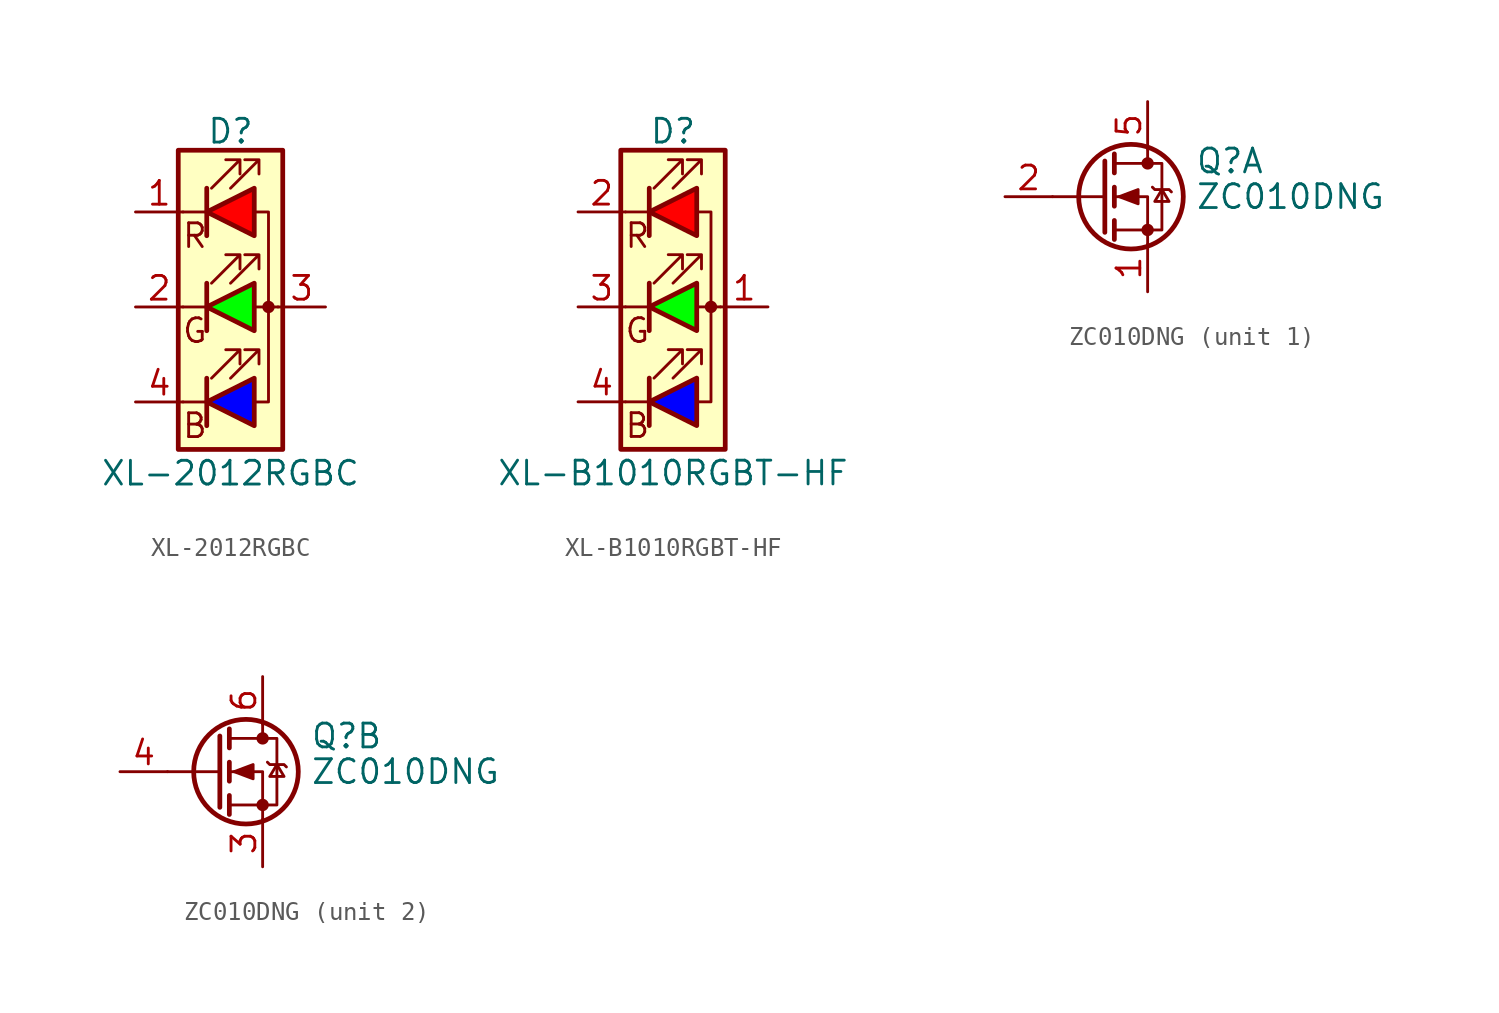
<source format=kicad_sym>
(kicad_symbol_lib
  (version 20231120)
  (generator "kicad_symbol_editor")
  (generator_version "8.0")
  (symbol "XL-2012RGBC"
    (pin_names
      (offset 0) hide)
    (property "Reference" "D"
      (at 0 9.398 0)
      (effects (font (size 1.27 1.27))))
    (property "Value" "XL-2012RGBC"
      (at 0 -8.89 0)
      (effects (font (size 1.27 1.27))))
    (symbol "XL-2012RGBC_0_0"
      (text "B" (at -1.905 -6.35 0) (effects (font (size 1.27 1.27))))
      (text "G" (at -1.905 -1.27 0) (effects (font (size 1.27 1.27))))
      (text "R" (at -1.905 3.81 0) (effects (font (size 1.27 1.27)))))
    (symbol "XL-2012RGBC_0_1"
      (rectangle (start -2.794 8.382) (end 2.794 -7.62) (stroke (width 0.254) (type default)) (fill (type background)))
      (polyline (pts (xy -1.27 -5.08) (xy -2.54 -5.08)) (stroke (width 0) (type default)) (fill (type none)))
      (polyline (pts (xy -1.27 -3.81) (xy -1.27 -6.35)) (stroke (width 0.254) (type default)) (fill (type none)))
      (polyline (pts (xy -1.27 0) (xy -2.54 0)) (stroke (width 0) (type default)) (fill (type none)))
      (polyline (pts (xy -1.27 1.27) (xy -1.27 -1.27)) (stroke (width 0.254) (type default)) (fill (type none)))
      (polyline (pts (xy -1.27 5.08) (xy -2.54 5.08)) (stroke (width 0) (type default)) (fill (type none)))
      (polyline (pts (xy -1.27 6.35) (xy -1.27 3.81)) (stroke (width 0.254) (type default)) (fill (type none)))
      (polyline (pts (xy 1.27 0) (xy 2.54 0)) (stroke (width 0) (type default)) (fill (type none)))
      (polyline (pts (xy -1.27 1.27) (xy -1.27 -1.27) (xy -1.27 -1.27)) (stroke (width 0) (type default)) (fill (type none)))
      (polyline (pts (xy -1.27 6.35) (xy -1.27 3.81) (xy -1.27 3.81)) (stroke (width 0) (type default)) (fill (type none)))
      (polyline (pts (xy 1.27 -5.08) (xy 2.032 -5.08) (xy 2.032 5.08) (xy 1.27 5.08)) (stroke (width 0) (type default)) (fill (type none)))
      (polyline (pts (xy -1.016 -3.81) (xy 0.508 -2.286) (xy -0.254 -2.286) (xy 0.508 -2.286) (xy 0.508 -3.048)) (stroke (width 0) (type default)) (fill (type none)))
      (polyline (pts (xy -1.016 1.27) (xy 0.508 2.794) (xy -0.254 2.794) (xy 0.508 2.794) (xy 0.508 2.032)) (stroke (width 0) (type default)) (fill (type none)))
      (polyline (pts (xy -1.016 6.35) (xy 0.508 7.874) (xy -0.254 7.874) (xy 0.508 7.874) (xy 0.508 7.112)) (stroke (width 0) (type default)) (fill (type none)))
      (polyline (pts (xy 0 -3.81) (xy 1.524 -2.286) (xy 0.762 -2.286) (xy 1.524 -2.286) (xy 1.524 -3.048)) (stroke (width 0) (type default)) (fill (type none)))
      (polyline (pts (xy 0 1.27) (xy 1.524 2.794) (xy 0.762 2.794) (xy 1.524 2.794) (xy 1.524 2.032)) (stroke (width 0) (type default)) (fill (type none)))
      (polyline (pts (xy 0 6.35) (xy 1.524 7.874) (xy 0.762 7.874) (xy 1.524 7.874) (xy 1.524 7.112)) (stroke (width 0) (type default)) (fill (type none)))
      (rectangle (start 1.27 -1.27) (end 1.27 1.27) (stroke (width 0) (type default)) (fill (type none)))
      (rectangle (start 1.27 1.27) (end 1.27 1.27) (stroke (width 0) (type default)) (fill (type none)))
      (rectangle (start 1.27 3.81) (end 1.27 6.35) (stroke (width 0) (type default)) (fill (type none)))
      (rectangle (start 1.27 6.35) (end 1.27 6.35) (stroke (width 0) (type default)) (fill (type none)))
      (circle (center 2.032 0) (radius 0.254) (stroke (width 0) (type default)) (fill (type outline))))
    (symbol "XL-2012RGBC_1_1"
      (polyline (pts (xy 1.27 -3.81) (xy 1.27 -6.35) (xy -1.27 -5.08) (xy 1.27 -3.81)) (stroke (width 0.254) (type default)) (fill (type color) (color 0 0 255 1)))
      (polyline (pts (xy 1.27 1.27) (xy 1.27 -1.27) (xy -1.27 0) (xy 1.27 1.27)) (stroke (width 0.254) (type default)) (fill (type color) (color 0 255 0 1)))
      (polyline (pts (xy 1.27 6.35) (xy 1.27 3.81) (xy -1.27 5.08) (xy 1.27 6.35)) (stroke (width 0.254) (type default)) (fill (type color) (color 255 0 0 1)))
      (pin passive line (at -5.08 5.08 0) (length 2.54) (name "RK" (effects (font (size 1.27 1.27)))) (number "1" (effects (font (size 1.27 1.27)))))
      (pin passive line (at -5.08 0 0) (length 2.54) (name "GK" (effects (font (size 1.27 1.27)))) (number "2" (effects (font (size 1.27 1.27)))))
      (pin passive line (at 5.08 0 180) (length 2.54) (name "A" (effects (font (size 1.27 1.27)))) (number "3" (effects (font (size 1.27 1.27)))))
      (pin passive line (at -5.08 -5.08 0) (length 2.54) (name "BK" (effects (font (size 1.27 1.27)))) (number "4" (effects (font (size 1.27 1.27)))))))
  (symbol "XL-B1010RGBT-HF"
    (pin_names
      (offset 0) hide)
    (property "Reference" "D"
      (at 0 9.398 0)
      (effects (font (size 1.27 1.27))))
    (property "Value" "XL-B1010RGBT-HF"
      (at 0 -8.89 0)
      (effects (font (size 1.27 1.27))))
    (symbol "XL-B1010RGBT-HF_0_0"
      (text "B" (at -1.905 -6.35 0) (effects (font (size 1.27 1.27))))
      (text "G" (at -1.905 -1.27 0) (effects (font (size 1.27 1.27))))
      (text "R" (at -1.905 3.81 0) (effects (font (size 1.27 1.27)))))
    (symbol "XL-B1010RGBT-HF_0_1"
      (rectangle (start -2.794 8.382) (end 2.794 -7.62) (stroke (width 0.254) (type default)) (fill (type background)))
      (polyline (pts (xy -1.27 -5.08) (xy -2.54 -5.08)) (stroke (width 0) (type default)) (fill (type none)))
      (polyline (pts (xy -1.27 -3.81) (xy -1.27 -6.35)) (stroke (width 0.254) (type default)) (fill (type none)))
      (polyline (pts (xy -1.27 0) (xy -2.54 0)) (stroke (width 0) (type default)) (fill (type none)))
      (polyline (pts (xy -1.27 1.27) (xy -1.27 -1.27)) (stroke (width 0.254) (type default)) (fill (type none)))
      (polyline (pts (xy -1.27 5.08) (xy -2.54 5.08)) (stroke (width 0) (type default)) (fill (type none)))
      (polyline (pts (xy -1.27 6.35) (xy -1.27 3.81)) (stroke (width 0.254) (type default)) (fill (type none)))
      (polyline (pts (xy 1.27 0) (xy 2.54 0)) (stroke (width 0) (type default)) (fill (type none)))
      (polyline (pts (xy -1.27 1.27) (xy -1.27 -1.27) (xy -1.27 -1.27)) (stroke (width 0) (type default)) (fill (type none)))
      (polyline (pts (xy -1.27 6.35) (xy -1.27 3.81) (xy -1.27 3.81)) (stroke (width 0) (type default)) (fill (type none)))
      (polyline (pts (xy 1.27 -5.08) (xy 2.032 -5.08) (xy 2.032 5.08) (xy 1.27 5.08)) (stroke (width 0) (type default)) (fill (type none)))
      (polyline (pts (xy -1.016 -3.81) (xy 0.508 -2.286) (xy -0.254 -2.286) (xy 0.508 -2.286) (xy 0.508 -3.048)) (stroke (width 0) (type default)) (fill (type none)))
      (polyline (pts (xy -1.016 1.27) (xy 0.508 2.794) (xy -0.254 2.794) (xy 0.508 2.794) (xy 0.508 2.032)) (stroke (width 0) (type default)) (fill (type none)))
      (polyline (pts (xy -1.016 6.35) (xy 0.508 7.874) (xy -0.254 7.874) (xy 0.508 7.874) (xy 0.508 7.112)) (stroke (width 0) (type default)) (fill (type none)))
      (polyline (pts (xy 0 -3.81) (xy 1.524 -2.286) (xy 0.762 -2.286) (xy 1.524 -2.286) (xy 1.524 -3.048)) (stroke (width 0) (type default)) (fill (type none)))
      (polyline (pts (xy 0 1.27) (xy 1.524 2.794) (xy 0.762 2.794) (xy 1.524 2.794) (xy 1.524 2.032)) (stroke (width 0) (type default)) (fill (type none)))
      (polyline (pts (xy 0 6.35) (xy 1.524 7.874) (xy 0.762 7.874) (xy 1.524 7.874) (xy 1.524 7.112)) (stroke (width 0) (type default)) (fill (type none)))
      (rectangle (start 1.27 -1.27) (end 1.27 1.27) (stroke (width 0) (type default)) (fill (type none)))
      (rectangle (start 1.27 1.27) (end 1.27 1.27) (stroke (width 0) (type default)) (fill (type none)))
      (rectangle (start 1.27 3.81) (end 1.27 6.35) (stroke (width 0) (type default)) (fill (type none)))
      (rectangle (start 1.27 6.35) (end 1.27 6.35) (stroke (width 0) (type default)) (fill (type none)))
      (circle (center 2.032 0) (radius 0.254) (stroke (width 0) (type default)) (fill (type outline))))
    (symbol "XL-B1010RGBT-HF_1_1"
      (polyline (pts (xy 1.27 -3.81) (xy 1.27 -6.35) (xy -1.27 -5.08) (xy 1.27 -3.81)) (stroke (width 0.254) (type default)) (fill (type color) (color 0 0 255 1)))
      (polyline (pts (xy 1.27 1.27) (xy 1.27 -1.27) (xy -1.27 0) (xy 1.27 1.27)) (stroke (width 0.254) (type default)) (fill (type color) (color 0 255 0 1)))
      (polyline (pts (xy 1.27 6.35) (xy 1.27 3.81) (xy -1.27 5.08) (xy 1.27 6.35)) (stroke (width 0.254) (type default)) (fill (type color) (color 255 0 0 1)))
      (pin passive line (at 5.08 0 180) (length 2.54) (name "A" (effects (font (size 1.27 1.27)))) (number "1" (effects (font (size 1.27 1.27)))))
      (pin passive line (at -5.08 5.08 0) (length 2.54) (name "RK" (effects (font (size 1.27 1.27)))) (number "2" (effects (font (size 1.27 1.27)))))
      (pin passive line (at -5.08 0 0) (length 2.54) (name "GK" (effects (font (size 1.27 1.27)))) (number "3" (effects (font (size 1.27 1.27)))))
      (pin passive line (at -5.08 -5.08 0) (length 2.54) (name "BK" (effects (font (size 1.27 1.27)))) (number "4" (effects (font (size 1.27 1.27)))))))
  (symbol "ZC010DNG"
    (pin_names hide)
    (property "Reference" "Q"
      (at 5.08 1.905 0)
      (effects (font (size 1.27 1.27)) (justify left)))
    (property "Value" "ZC010DNG"
      (at 5.08 0 0)
      (effects (font (size 1.27 1.27)) (justify left)))
    (property "ki_locked" ""
      (at 0 0 0)
      (effects (font (size 1.27 1.27))))
    (symbol "ZC010DNG_0_1"
      (polyline (pts (xy 0.254 0) (xy -2.54 0)) (stroke (width 0) (type default)) (fill (type none)))
      (polyline (pts (xy 0.254 1.905) (xy 0.254 -1.905)) (stroke (width 0.254) (type default)) (fill (type none)))
      (polyline (pts (xy 0.762 -1.27) (xy 0.762 -2.286)) (stroke (width 0.254) (type default)) (fill (type none)))
      (polyline (pts (xy 0.762 0.508) (xy 0.762 -0.508)) (stroke (width 0.254) (type default)) (fill (type none)))
      (polyline (pts (xy 0.762 2.286) (xy 0.762 1.27)) (stroke (width 0.254) (type default)) (fill (type none)))
      (polyline (pts (xy 2.54 2.54) (xy 2.54 1.778)) (stroke (width 0) (type default)) (fill (type none)))
      (polyline (pts (xy 2.54 -2.54) (xy 2.54 0) (xy 0.762 0)) (stroke (width 0) (type default)) (fill (type none)))
      (polyline (pts (xy 0.762 -1.778) (xy 3.302 -1.778) (xy 3.302 1.778) (xy 0.762 1.778)) (stroke (width 0) (type default)) (fill (type none)))
      (polyline (pts (xy 1.016 0) (xy 2.032 0.381) (xy 2.032 -0.381) (xy 1.016 0)) (stroke (width 0) (type default)) (fill (type outline)))
      (polyline (pts (xy 2.794 0.508) (xy 2.921 0.381) (xy 3.683 0.381) (xy 3.81 0.254)) (stroke (width 0) (type default)) (fill (type none)))
      (polyline (pts (xy 3.302 0.381) (xy 2.921 -0.254) (xy 3.683 -0.254) (xy 3.302 0.381)) (stroke (width 0) (type default)) (fill (type none)))
      (circle (center 1.651 0) (radius 2.794) (stroke (width 0.254) (type default)) (fill (type none)))
      (circle (center 2.54 -1.778) (radius 0.254) (stroke (width 0) (type default)) (fill (type outline)))
      (circle (center 2.54 1.778) (radius 0.254) (stroke (width 0) (type default)) (fill (type outline))))
    (symbol "ZC010DNG_1_1"
      (pin passive line (at 2.54 -5.08 90) (length 2.54) (name "S" (effects (font (size 1.27 1.27)))) (number "1" (effects (font (size 1.27 1.27)))))
      (pin input line (at -5.08 0 0) (length 2.54) (name "G" (effects (font (size 1.27 1.27)))) (number "2" (effects (font (size 1.27 1.27)))))
      (pin passive line (at 2.54 5.08 270) (length 2.54) (name "D" (effects (font (size 1.27 1.27)))) (number "5" (effects (font (size 1.27 1.27))))))
    (symbol "ZC010DNG_2_1"
      (pin passive line (at 2.54 -5.08 90) (length 2.54) (name "S" (effects (font (size 1.27 1.27)))) (number "3" (effects (font (size 1.27 1.27)))))
      (pin input line (at -5.08 0 0) (length 2.54) (name "G" (effects (font (size 1.27 1.27)))) (number "4" (effects (font (size 1.27 1.27)))))
      (pin passive line (at 2.54 5.08 270) (length 2.54) (name "D" (effects (font (size 1.27 1.27)))) (number "6" (effects (font (size 1.27 1.27))))))))
</source>
